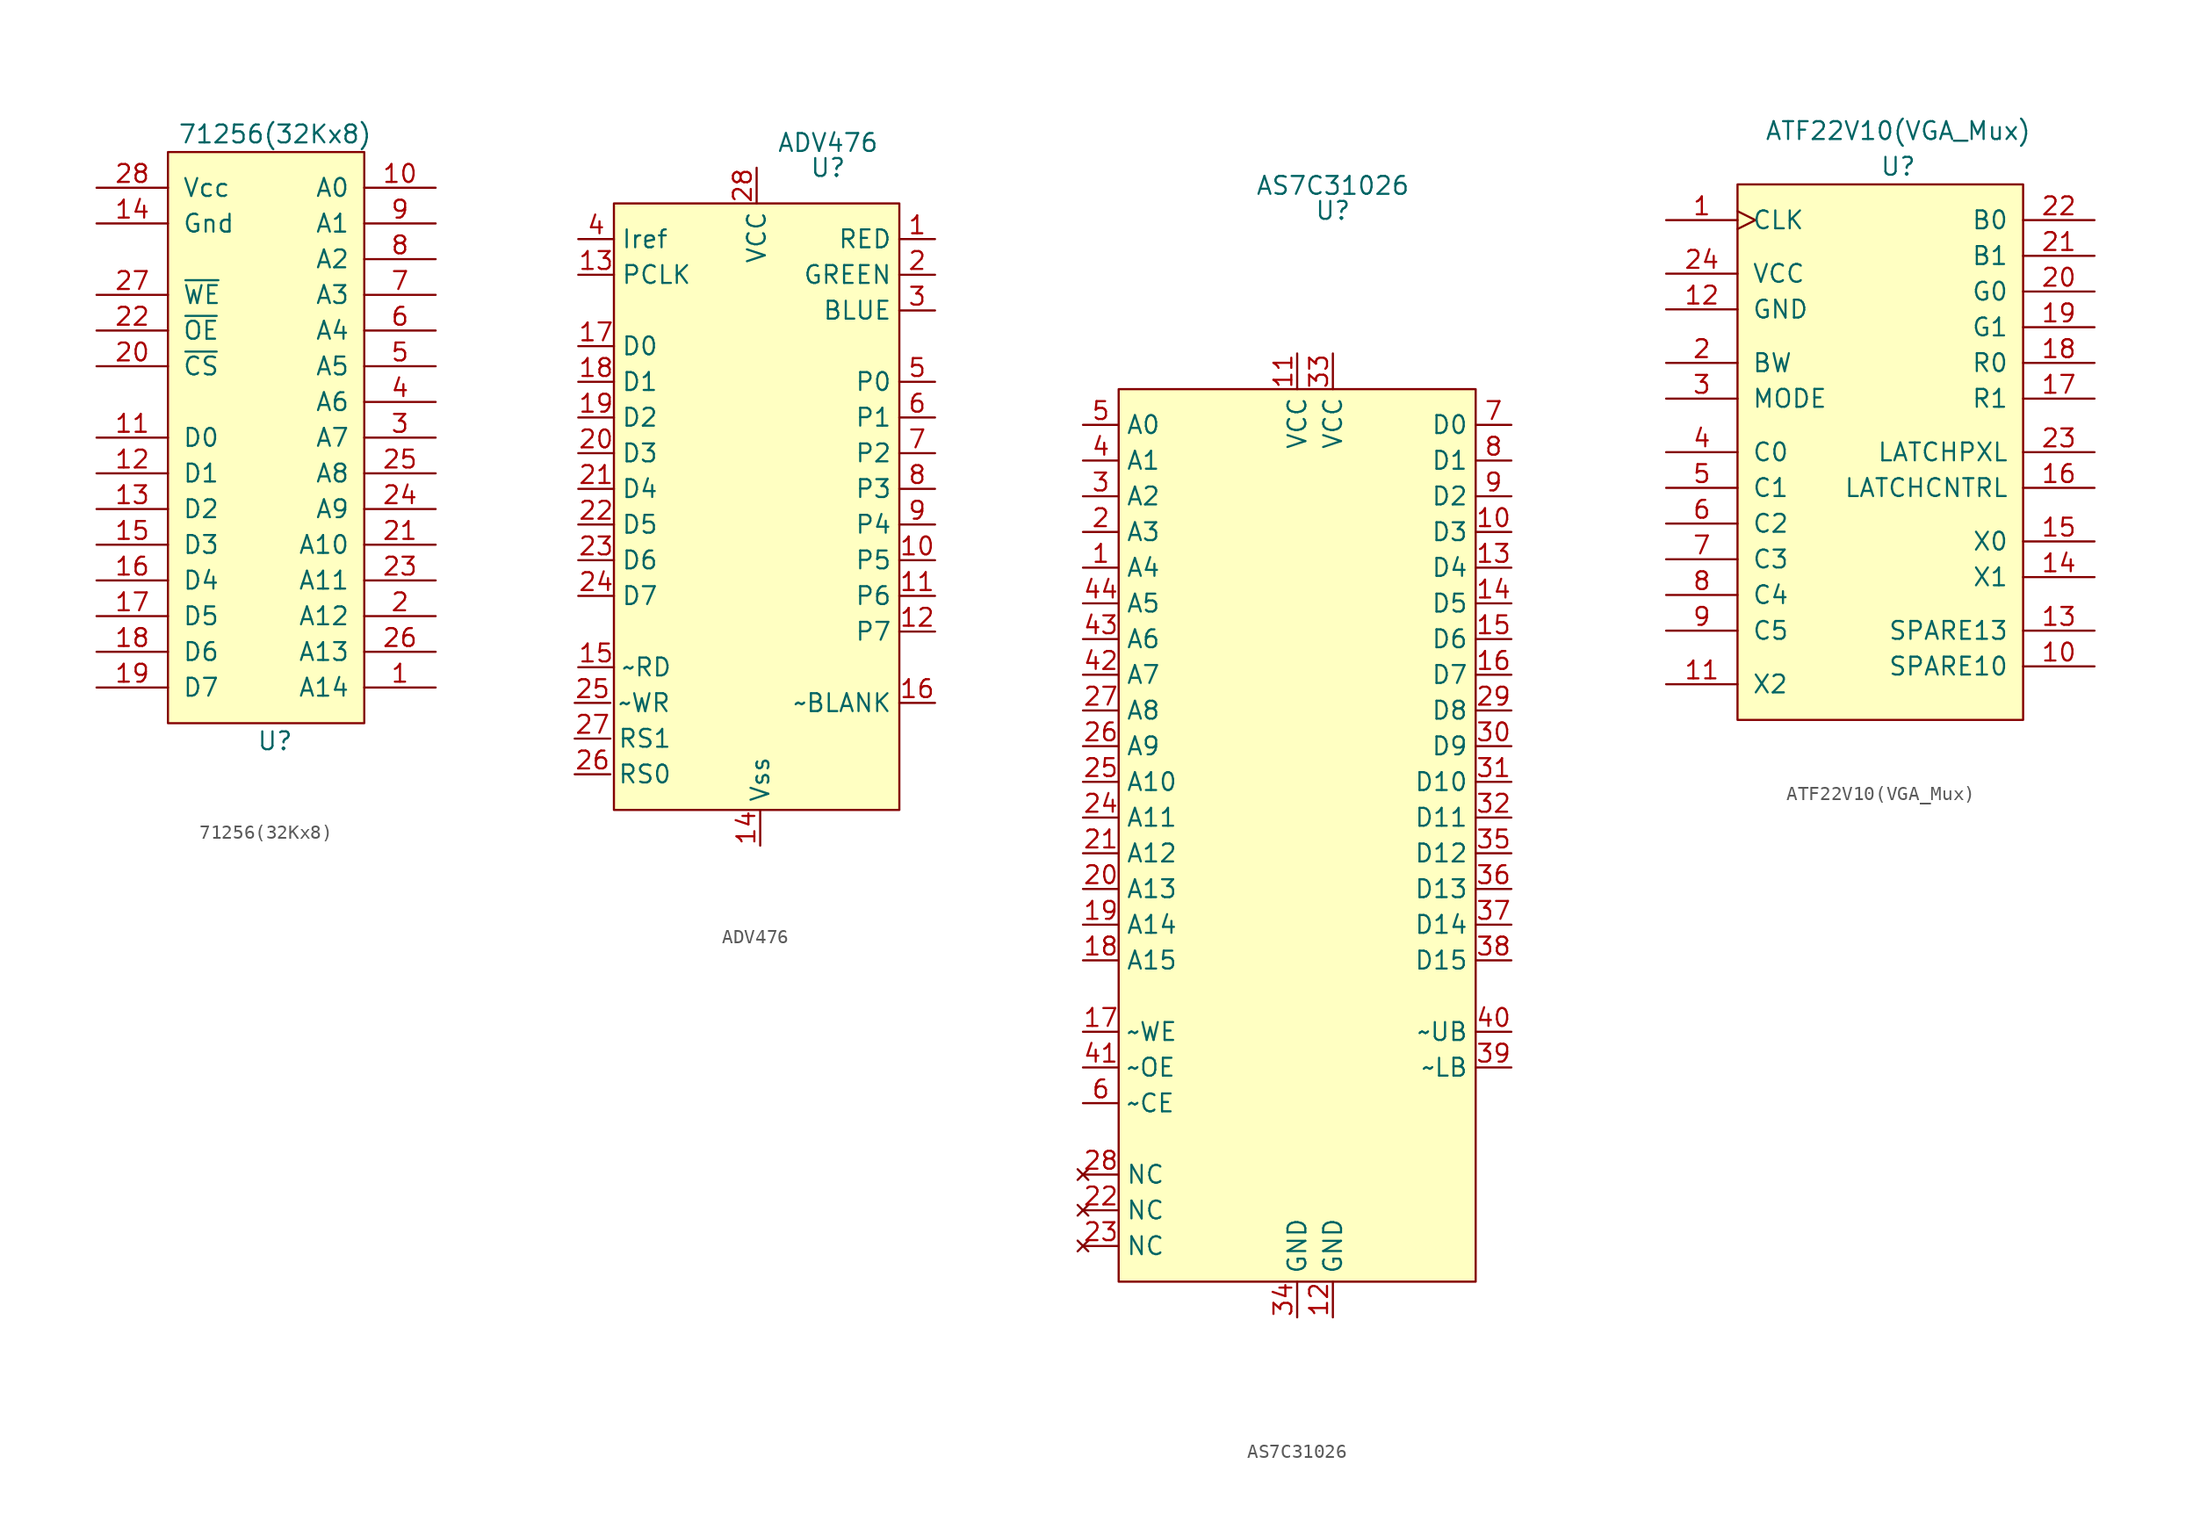
<source format=kicad_sym>
(kicad_symbol_lib
  (version 20211014)
  (generator kicad_symbol_editor)
  (symbol "71256(32Kx8)"
    (pin_names
      (offset 1.016))
    (property "Reference" "U"
      (at 1.27 -45.72 0)
      (effects (font (size 1.27 1.27))))
    (property "Value" "71256(32Kx8)"
      (at 1.27 -2.54 0)
      (effects (font (size 1.27 1.27))))
    (symbol "71256(32Kx8)_1_1"
      (rectangle (start -6.35 -3.81) (end 7.62 -44.45) (stroke (width 0) (type default) (color 0 0 0 0)) (fill (type background)))
      (pin input line (at 12.7 -41.91 180) (length 5.08) (name "A14" (effects (font (size 1.27 1.27)))) (number "1" (effects (font (size 1.27 1.27)))))
      (pin input line (at 12.7 -6.35 180) (length 5.08) (name "A0" (effects (font (size 1.27 1.27)))) (number "10" (effects (font (size 1.27 1.27)))))
      (pin bidirectional line (at -11.43 -24.13 0) (length 5.08) (name "D0" (effects (font (size 1.27 1.27)))) (number "11" (effects (font (size 1.27 1.27)))))
      (pin bidirectional line (at -11.43 -26.67 0) (length 5.08) (name "D1" (effects (font (size 1.27 1.27)))) (number "12" (effects (font (size 1.27 1.27)))))
      (pin bidirectional line (at -11.43 -29.21 0) (length 5.08) (name "D2" (effects (font (size 1.27 1.27)))) (number "13" (effects (font (size 1.27 1.27)))))
      (pin power_in line (at -11.43 -8.89 0) (length 5.08) (name "Gnd" (effects (font (size 1.27 1.27)))) (number "14" (effects (font (size 1.27 1.27)))))
      (pin bidirectional line (at -11.43 -31.75 0) (length 5.08) (name "D3" (effects (font (size 1.27 1.27)))) (number "15" (effects (font (size 1.27 1.27)))))
      (pin bidirectional line (at -11.43 -34.29 0) (length 5.08) (name "D4" (effects (font (size 1.27 1.27)))) (number "16" (effects (font (size 1.27 1.27)))))
      (pin bidirectional line (at -11.43 -36.83 0) (length 5.08) (name "D5" (effects (font (size 1.27 1.27)))) (number "17" (effects (font (size 1.27 1.27)))))
      (pin bidirectional line (at -11.43 -39.37 0) (length 5.08) (name "D6" (effects (font (size 1.27 1.27)))) (number "18" (effects (font (size 1.27 1.27)))))
      (pin bidirectional line (at -11.43 -41.91 0) (length 5.08) (name "D7" (effects (font (size 1.27 1.27)))) (number "19" (effects (font (size 1.27 1.27)))))
      (pin input line (at 12.7 -36.83 180) (length 5.08) (name "A12" (effects (font (size 1.27 1.27)))) (number "2" (effects (font (size 1.27 1.27)))))
      (pin input line (at -11.43 -19.05 0) (length 5.08) (name "~{CS}" (effects (font (size 1.27 1.27)))) (number "20" (effects (font (size 1.27 1.27)))))
      (pin input line (at 12.7 -31.75 180) (length 5.08) (name "A10" (effects (font (size 1.27 1.27)))) (number "21" (effects (font (size 1.27 1.27)))))
      (pin input line (at -11.43 -16.51 0) (length 5.08) (name "~{OE}" (effects (font (size 1.27 1.27)))) (number "22" (effects (font (size 1.27 1.27)))))
      (pin input line (at 12.7 -34.29 180) (length 5.08) (name "A11" (effects (font (size 1.27 1.27)))) (number "23" (effects (font (size 1.27 1.27)))))
      (pin input line (at 12.7 -29.21 180) (length 5.08) (name "A9" (effects (font (size 1.27 1.27)))) (number "24" (effects (font (size 1.27 1.27)))))
      (pin input line (at 12.7 -26.67 180) (length 5.08) (name "A8" (effects (font (size 1.27 1.27)))) (number "25" (effects (font (size 1.27 1.27)))))
      (pin input line (at 12.7 -39.37 180) (length 5.08) (name "A13" (effects (font (size 1.27 1.27)))) (number "26" (effects (font (size 1.27 1.27)))))
      (pin input line (at -11.43 -13.97 0) (length 5.08) (name "~{WE}" (effects (font (size 1.27 1.27)))) (number "27" (effects (font (size 1.27 1.27)))))
      (pin power_in line (at -11.43 -6.35 0) (length 5.08) (name "Vcc" (effects (font (size 1.27 1.27)))) (number "28" (effects (font (size 1.27 1.27)))))
      (pin input line (at 12.7 -24.13 180) (length 5.08) (name "A7" (effects (font (size 1.27 1.27)))) (number "3" (effects (font (size 1.27 1.27)))))
      (pin input line (at 12.7 -21.59 180) (length 5.08) (name "A6" (effects (font (size 1.27 1.27)))) (number "4" (effects (font (size 1.27 1.27)))))
      (pin input line (at 12.7 -19.05 180) (length 5.08) (name "A5" (effects (font (size 1.27 1.27)))) (number "5" (effects (font (size 1.27 1.27)))))
      (pin input line (at 12.7 -16.51 180) (length 5.08) (name "A4" (effects (font (size 1.27 1.27)))) (number "6" (effects (font (size 1.27 1.27)))))
      (pin input line (at 12.7 -13.97 180) (length 5.08) (name "A3" (effects (font (size 1.27 1.27)))) (number "7" (effects (font (size 1.27 1.27)))))
      (pin input line (at 12.7 -11.43 180) (length 5.08) (name "A2" (effects (font (size 1.27 1.27)))) (number "8" (effects (font (size 1.27 1.27)))))
      (pin input line (at 12.7 -8.89 180) (length 5.08) (name "A1" (effects (font (size 1.27 1.27)))) (number "9" (effects (font (size 1.27 1.27)))))))
  (symbol "ADV476"
    (property "Reference" "U"
      (at 0 0 0)
      (effects (font (size 1.27 1.27))))
    (property "Value" "ADV476"
      (at 0 1.778 0)
      (effects (font (size 1.27 1.27))))
    (symbol "ADV476_0_1"
      (rectangle (start -15.24 -2.54) (end 5.08 -45.72) (stroke (width 0) (type default) (color 0 0 0 0)) (fill (type background))))
    (symbol "ADV476_1_1"
      (pin output line (at 7.62 -5.08 180) (length 2.54) (name "RED" (effects (font (size 1.27 1.27)))) (number "1" (effects (font (size 1.27 1.27)))))
      (pin input line (at 7.62 -27.94 180) (length 2.54) (name "P5" (effects (font (size 1.27 1.27)))) (number "10" (effects (font (size 1.27 1.27)))))
      (pin input line (at 7.62 -30.48 180) (length 2.54) (name "P6" (effects (font (size 1.27 1.27)))) (number "11" (effects (font (size 1.27 1.27)))))
      (pin input line (at 7.62 -33.02 180) (length 2.54) (name "P7" (effects (font (size 1.27 1.27)))) (number "12" (effects (font (size 1.27 1.27)))))
      (pin input line (at -17.78 -7.62 0) (length 2.54) (name "PCLK" (effects (font (size 1.27 1.27)))) (number "13" (effects (font (size 1.27 1.27)))))
      (pin power_in line (at -4.826 -48.26 90) (length 2.54) (name "Vss" (effects (font (size 1.27 1.27)))) (number "14" (effects (font (size 1.27 1.27)))))
      (pin input line (at -17.78 -35.56 0) (length 2.54) (name "~RD" (effects (font (size 1.27 1.27)))) (number "15" (effects (font (size 1.27 1.27)))))
      (pin input line (at 7.62 -38.1 180) (length 2.54) (name "~BLANK" (effects (font (size 1.27 1.27)))) (number "16" (effects (font (size 1.27 1.27)))))
      (pin bidirectional line (at -17.78 -12.7 0) (length 2.54) (name "D0" (effects (font (size 1.27 1.27)))) (number "17" (effects (font (size 1.27 1.27)))))
      (pin bidirectional line (at -17.78 -15.24 0) (length 2.54) (name "D1" (effects (font (size 1.27 1.27)))) (number "18" (effects (font (size 1.27 1.27)))))
      (pin bidirectional line (at -17.78 -17.78 0) (length 2.54) (name "D2" (effects (font (size 1.27 1.27)))) (number "19" (effects (font (size 1.27 1.27)))))
      (pin output line (at 7.62 -7.62 180) (length 2.54) (name "GREEN" (effects (font (size 1.27 1.27)))) (number "2" (effects (font (size 1.27 1.27)))))
      (pin bidirectional line (at -17.78 -20.32 0) (length 2.54) (name "D3" (effects (font (size 1.27 1.27)))) (number "20" (effects (font (size 1.27 1.27)))))
      (pin bidirectional line (at -17.78 -22.86 0) (length 2.54) (name "D4" (effects (font (size 1.27 1.27)))) (number "21" (effects (font (size 1.27 1.27)))))
      (pin bidirectional line (at -17.78 -25.4 0) (length 2.54) (name "D5" (effects (font (size 1.27 1.27)))) (number "22" (effects (font (size 1.27 1.27)))))
      (pin bidirectional line (at -17.78 -27.94 0) (length 2.54) (name "D6" (effects (font (size 1.27 1.27)))) (number "23" (effects (font (size 1.27 1.27)))))
      (pin bidirectional line (at -17.78 -30.48 0) (length 2.54) (name "D7" (effects (font (size 1.27 1.27)))) (number "24" (effects (font (size 1.27 1.27)))))
      (pin input line (at -18.034 -38.1 0) (length 2.54) (name "~WR" (effects (font (size 1.27 1.27)))) (number "25" (effects (font (size 1.27 1.27)))))
      (pin input line (at -18.034 -43.18 0) (length 2.54) (name "RS0" (effects (font (size 1.27 1.27)))) (number "26" (effects (font (size 1.27 1.27)))))
      (pin input line (at -18.034 -40.64 0) (length 2.54) (name "RS1" (effects (font (size 1.27 1.27)))) (number "27" (effects (font (size 1.27 1.27)))))
      (pin power_in line (at -5.08 0 270) (length 2.54) (name "VCC" (effects (font (size 1.27 1.27)))) (number "28" (effects (font (size 1.27 1.27)))))
      (pin output line (at 7.62 -10.16 180) (length 2.54) (name "BLUE" (effects (font (size 1.27 1.27)))) (number "3" (effects (font (size 1.27 1.27)))))
      (pin input line (at -17.78 -5.08 0) (length 2.54) (name "Iref" (effects (font (size 1.27 1.27)))) (number "4" (effects (font (size 1.27 1.27)))))
      (pin input line (at 7.62 -15.24 180) (length 2.54) (name "P0" (effects (font (size 1.27 1.27)))) (number "5" (effects (font (size 1.27 1.27)))))
      (pin input line (at 7.62 -17.78 180) (length 2.54) (name "P1" (effects (font (size 1.27 1.27)))) (number "6" (effects (font (size 1.27 1.27)))))
      (pin input line (at 7.62 -20.32 180) (length 2.54) (name "P2" (effects (font (size 1.27 1.27)))) (number "7" (effects (font (size 1.27 1.27)))))
      (pin input line (at 7.62 -22.86 180) (length 2.54) (name "P3" (effects (font (size 1.27 1.27)))) (number "8" (effects (font (size 1.27 1.27)))))
      (pin input line (at 7.62 -25.4 180) (length 2.54) (name "P4" (effects (font (size 1.27 1.27)))) (number "9" (effects (font (size 1.27 1.27)))))))
  (symbol "AS7C31026"
    (property "Reference" "U"
      (at 0 0 0)
      (effects (font (size 1.27 1.27))))
    (property "Value" "AS7C31026"
      (at 0 1.778 0)
      (effects (font (size 1.27 1.27))))
    (symbol "AS7C31026_0_1"
      (rectangle (start -15.24 -12.7) (end 10.16 -76.2) (stroke (width 0) (type default) (color 0 0 0 0)) (fill (type background))))
    (symbol "AS7C31026_1_1"
      (pin input line (at -17.78 -25.4 0) (length 2.54) (name "A4" (effects (font (size 1.27 1.27)))) (number "1" (effects (font (size 1.27 1.27)))))
      (pin bidirectional line (at 12.7 -22.86 180) (length 2.54) (name "D3" (effects (font (size 1.27 1.27)))) (number "10" (effects (font (size 1.27 1.27)))))
      (pin power_in line (at -2.54 -10.16 270) (length 2.54) (name "VCC" (effects (font (size 1.27 1.27)))) (number "11" (effects (font (size 1.27 1.27)))))
      (pin power_in line (at 0 -78.74 90) (length 2.54) (name "GND" (effects (font (size 1.27 1.27)))) (number "12" (effects (font (size 1.27 1.27)))))
      (pin bidirectional line (at 12.7 -25.4 180) (length 2.54) (name "D4" (effects (font (size 1.27 1.27)))) (number "13" (effects (font (size 1.27 1.27)))))
      (pin bidirectional line (at 12.7 -27.94 180) (length 2.54) (name "D5" (effects (font (size 1.27 1.27)))) (number "14" (effects (font (size 1.27 1.27)))))
      (pin bidirectional line (at 12.7 -30.48 180) (length 2.54) (name "D6" (effects (font (size 1.27 1.27)))) (number "15" (effects (font (size 1.27 1.27)))))
      (pin bidirectional line (at 12.7 -33.02 180) (length 2.54) (name "D7" (effects (font (size 1.27 1.27)))) (number "16" (effects (font (size 1.27 1.27)))))
      (pin input line (at -17.78 -58.42 0) (length 2.54) (name "~WE" (effects (font (size 1.27 1.27)))) (number "17" (effects (font (size 1.27 1.27)))))
      (pin input line (at -17.78 -53.34 0) (length 2.54) (name "A15" (effects (font (size 1.27 1.27)))) (number "18" (effects (font (size 1.27 1.27)))))
      (pin input line (at -17.78 -50.8 0) (length 2.54) (name "A14" (effects (font (size 1.27 1.27)))) (number "19" (effects (font (size 1.27 1.27)))))
      (pin input line (at -17.78 -22.86 0) (length 2.54) (name "A3" (effects (font (size 1.27 1.27)))) (number "2" (effects (font (size 1.27 1.27)))))
      (pin input line (at -17.78 -48.26 0) (length 2.54) (name "A13" (effects (font (size 1.27 1.27)))) (number "20" (effects (font (size 1.27 1.27)))))
      (pin input line (at -17.78 -45.72 0) (length 2.54) (name "A12" (effects (font (size 1.27 1.27)))) (number "21" (effects (font (size 1.27 1.27)))))
      (pin no_connect line (at -17.78 -71.12 0) (length 2.54) (name "NC" (effects (font (size 1.27 1.27)))) (number "22" (effects (font (size 1.27 1.27)))))
      (pin no_connect line (at -17.78 -73.66 0) (length 2.54) (name "NC" (effects (font (size 1.27 1.27)))) (number "23" (effects (font (size 1.27 1.27)))))
      (pin input line (at -17.78 -43.18 0) (length 2.54) (name "A11" (effects (font (size 1.27 1.27)))) (number "24" (effects (font (size 1.27 1.27)))))
      (pin input line (at -17.78 -40.64 0) (length 2.54) (name "A10" (effects (font (size 1.27 1.27)))) (number "25" (effects (font (size 1.27 1.27)))))
      (pin input line (at -17.78 -38.1 0) (length 2.54) (name "A9" (effects (font (size 1.27 1.27)))) (number "26" (effects (font (size 1.27 1.27)))))
      (pin input line (at -17.78 -35.56 0) (length 2.54) (name "A8" (effects (font (size 1.27 1.27)))) (number "27" (effects (font (size 1.27 1.27)))))
      (pin no_connect line (at -17.78 -68.58 0) (length 2.54) (name "NC" (effects (font (size 1.27 1.27)))) (number "28" (effects (font (size 1.27 1.27)))))
      (pin bidirectional line (at 12.7 -35.56 180) (length 2.54) (name "D8" (effects (font (size 1.27 1.27)))) (number "29" (effects (font (size 1.27 1.27)))))
      (pin input line (at -17.78 -20.32 0) (length 2.54) (name "A2" (effects (font (size 1.27 1.27)))) (number "3" (effects (font (size 1.27 1.27)))))
      (pin bidirectional line (at 12.7 -38.1 180) (length 2.54) (name "D9" (effects (font (size 1.27 1.27)))) (number "30" (effects (font (size 1.27 1.27)))))
      (pin bidirectional line (at 12.7 -40.64 180) (length 2.54) (name "D10" (effects (font (size 1.27 1.27)))) (number "31" (effects (font (size 1.27 1.27)))))
      (pin bidirectional line (at 12.7 -43.18 180) (length 2.54) (name "D11" (effects (font (size 1.27 1.27)))) (number "32" (effects (font (size 1.27 1.27)))))
      (pin power_in line (at 0 -10.16 270) (length 2.54) (name "VCC" (effects (font (size 1.27 1.27)))) (number "33" (effects (font (size 1.27 1.27)))))
      (pin power_in line (at -2.54 -78.74 90) (length 2.54) (name "GND" (effects (font (size 1.27 1.27)))) (number "34" (effects (font (size 1.27 1.27)))))
      (pin bidirectional line (at 12.7 -45.72 180) (length 2.54) (name "D12" (effects (font (size 1.27 1.27)))) (number "35" (effects (font (size 1.27 1.27)))))
      (pin bidirectional line (at 12.7 -48.26 180) (length 2.54) (name "D13" (effects (font (size 1.27 1.27)))) (number "36" (effects (font (size 1.27 1.27)))))
      (pin bidirectional line (at 12.7 -50.8 180) (length 2.54) (name "D14" (effects (font (size 1.27 1.27)))) (number "37" (effects (font (size 1.27 1.27)))))
      (pin bidirectional line (at 12.7 -53.34 180) (length 2.54) (name "D15" (effects (font (size 1.27 1.27)))) (number "38" (effects (font (size 1.27 1.27)))))
      (pin input line (at 12.7 -60.96 180) (length 2.54) (name "~LB" (effects (font (size 1.27 1.27)))) (number "39" (effects (font (size 1.27 1.27)))))
      (pin input line (at -17.78 -17.78 0) (length 2.54) (name "A1" (effects (font (size 1.27 1.27)))) (number "4" (effects (font (size 1.27 1.27)))))
      (pin input line (at 12.7 -58.42 180) (length 2.54) (name "~UB" (effects (font (size 1.27 1.27)))) (number "40" (effects (font (size 1.27 1.27)))))
      (pin input line (at -17.78 -60.96 0) (length 2.54) (name "~OE" (effects (font (size 1.27 1.27)))) (number "41" (effects (font (size 1.27 1.27)))))
      (pin input line (at -17.78 -33.02 0) (length 2.54) (name "A7" (effects (font (size 1.27 1.27)))) (number "42" (effects (font (size 1.27 1.27)))))
      (pin input line (at -17.78 -30.48 0) (length 2.54) (name "A6" (effects (font (size 1.27 1.27)))) (number "43" (effects (font (size 1.27 1.27)))))
      (pin input line (at -17.78 -27.94 0) (length 2.54) (name "A5" (effects (font (size 1.27 1.27)))) (number "44" (effects (font (size 1.27 1.27)))))
      (pin input line (at -17.78 -15.24 0) (length 2.54) (name "A0" (effects (font (size 1.27 1.27)))) (number "5" (effects (font (size 1.27 1.27)))))
      (pin input line (at -17.78 -63.5 0) (length 2.54) (name "~CE" (effects (font (size 1.27 1.27)))) (number "6" (effects (font (size 1.27 1.27)))))
      (pin bidirectional line (at 12.7 -15.24 180) (length 2.54) (name "D0" (effects (font (size 1.27 1.27)))) (number "7" (effects (font (size 1.27 1.27)))))
      (pin bidirectional line (at 12.7 -17.78 180) (length 2.54) (name "D1" (effects (font (size 1.27 1.27)))) (number "8" (effects (font (size 1.27 1.27)))))
      (pin bidirectional line (at 12.7 -20.32 180) (length 2.54) (name "D2" (effects (font (size 1.27 1.27)))) (number "9" (effects (font (size 1.27 1.27)))))))
  (symbol "ATF22V10(VGA_Mux)"
    (pin_names
      (offset 1.016))
    (property "Reference" "U"
      (at 0 0 0)
      (effects (font (size 1.27 1.27))))
    (property "Value" "ATF22V10(VGA_Mux)"
      (at 0 2.54 0)
      (effects (font (size 1.27 1.27))))
    (symbol "ATF22V10(VGA_Mux)_0_1"
      (rectangle (start -11.43 -1.27) (end 8.89 -39.37) (stroke (width 0) (type default) (color 0 0 0 0)) (fill (type background))))
    (symbol "ATF22V10(VGA_Mux)_1_1"
      (pin input clock (at -16.51 -3.81 0) (length 5.08) (name "CLK" (effects (font (size 1.27 1.27)))) (number "1" (effects (font (size 1.27 1.27)))))
      (pin input line (at 13.97 -35.56 180) (length 5.08) (name "SPARE10" (effects (font (size 1.27 1.27)))) (number "10" (effects (font (size 1.27 1.27)))))
      (pin input line (at -16.51 -36.83 0) (length 5.08) (name "X2" (effects (font (size 1.27 1.27)))) (number "11" (effects (font (size 1.27 1.27)))))
      (pin power_in line (at -16.51 -10.16 0) (length 5.08) (name "GND" (effects (font (size 1.27 1.27)))) (number "12" (effects (font (size 1.27 1.27)))))
      (pin input line (at 13.97 -33.02 180) (length 5.08) (name "SPARE13" (effects (font (size 1.27 1.27)))) (number "13" (effects (font (size 1.27 1.27)))))
      (pin output line (at 13.97 -29.21 180) (length 5.08) (name "X1" (effects (font (size 1.27 1.27)))) (number "14" (effects (font (size 1.27 1.27)))))
      (pin output line (at 13.97 -26.67 180) (length 5.08) (name "X0" (effects (font (size 1.27 1.27)))) (number "15" (effects (font (size 1.27 1.27)))))
      (pin output line (at 13.97 -22.86 180) (length 5.08) (name "LATCHCNTRL" (effects (font (size 1.27 1.27)))) (number "16" (effects (font (size 1.27 1.27)))))
      (pin output line (at 13.97 -16.51 180) (length 5.08) (name "R1" (effects (font (size 1.27 1.27)))) (number "17" (effects (font (size 1.27 1.27)))))
      (pin output line (at 13.97 -13.97 180) (length 5.08) (name "R0" (effects (font (size 1.27 1.27)))) (number "18" (effects (font (size 1.27 1.27)))))
      (pin output line (at 13.97 -11.43 180) (length 5.08) (name "G1" (effects (font (size 1.27 1.27)))) (number "19" (effects (font (size 1.27 1.27)))))
      (pin input line (at -16.51 -13.97 0) (length 5.08) (name "BW" (effects (font (size 1.27 1.27)))) (number "2" (effects (font (size 1.27 1.27)))))
      (pin output line (at 13.97 -8.89 180) (length 5.08) (name "G0" (effects (font (size 1.27 1.27)))) (number "20" (effects (font (size 1.27 1.27)))))
      (pin output line (at 13.97 -6.35 180) (length 5.08) (name "B1" (effects (font (size 1.27 1.27)))) (number "21" (effects (font (size 1.27 1.27)))))
      (pin output line (at 13.97 -3.81 180) (length 5.08) (name "B0" (effects (font (size 1.27 1.27)))) (number "22" (effects (font (size 1.27 1.27)))))
      (pin output line (at 13.97 -20.32 180) (length 5.08) (name "LATCHPXL" (effects (font (size 1.27 1.27)))) (number "23" (effects (font (size 1.27 1.27)))))
      (pin power_in line (at -16.51 -7.62 0) (length 5.08) (name "VCC" (effects (font (size 1.27 1.27)))) (number "24" (effects (font (size 1.27 1.27)))))
      (pin input line (at -16.51 -16.51 0) (length 5.08) (name "MODE" (effects (font (size 1.27 1.27)))) (number "3" (effects (font (size 1.27 1.27)))))
      (pin input line (at -16.51 -20.32 0) (length 5.08) (name "C0" (effects (font (size 1.27 1.27)))) (number "4" (effects (font (size 1.27 1.27)))))
      (pin input line (at -16.51 -22.86 0) (length 5.08) (name "C1" (effects (font (size 1.27 1.27)))) (number "5" (effects (font (size 1.27 1.27)))))
      (pin input line (at -16.51 -25.4 0) (length 5.08) (name "C2" (effects (font (size 1.27 1.27)))) (number "6" (effects (font (size 1.27 1.27)))))
      (pin input line (at -16.51 -27.94 0) (length 5.08) (name "C3" (effects (font (size 1.27 1.27)))) (number "7" (effects (font (size 1.27 1.27)))))
      (pin input line (at -16.51 -30.48 0) (length 5.08) (name "C4" (effects (font (size 1.27 1.27)))) (number "8" (effects (font (size 1.27 1.27)))))
      (pin input line (at -16.51 -33.02 0) (length 5.08) (name "C5" (effects (font (size 1.27 1.27)))) (number "9" (effects (font (size 1.27 1.27))))))))
</source>
